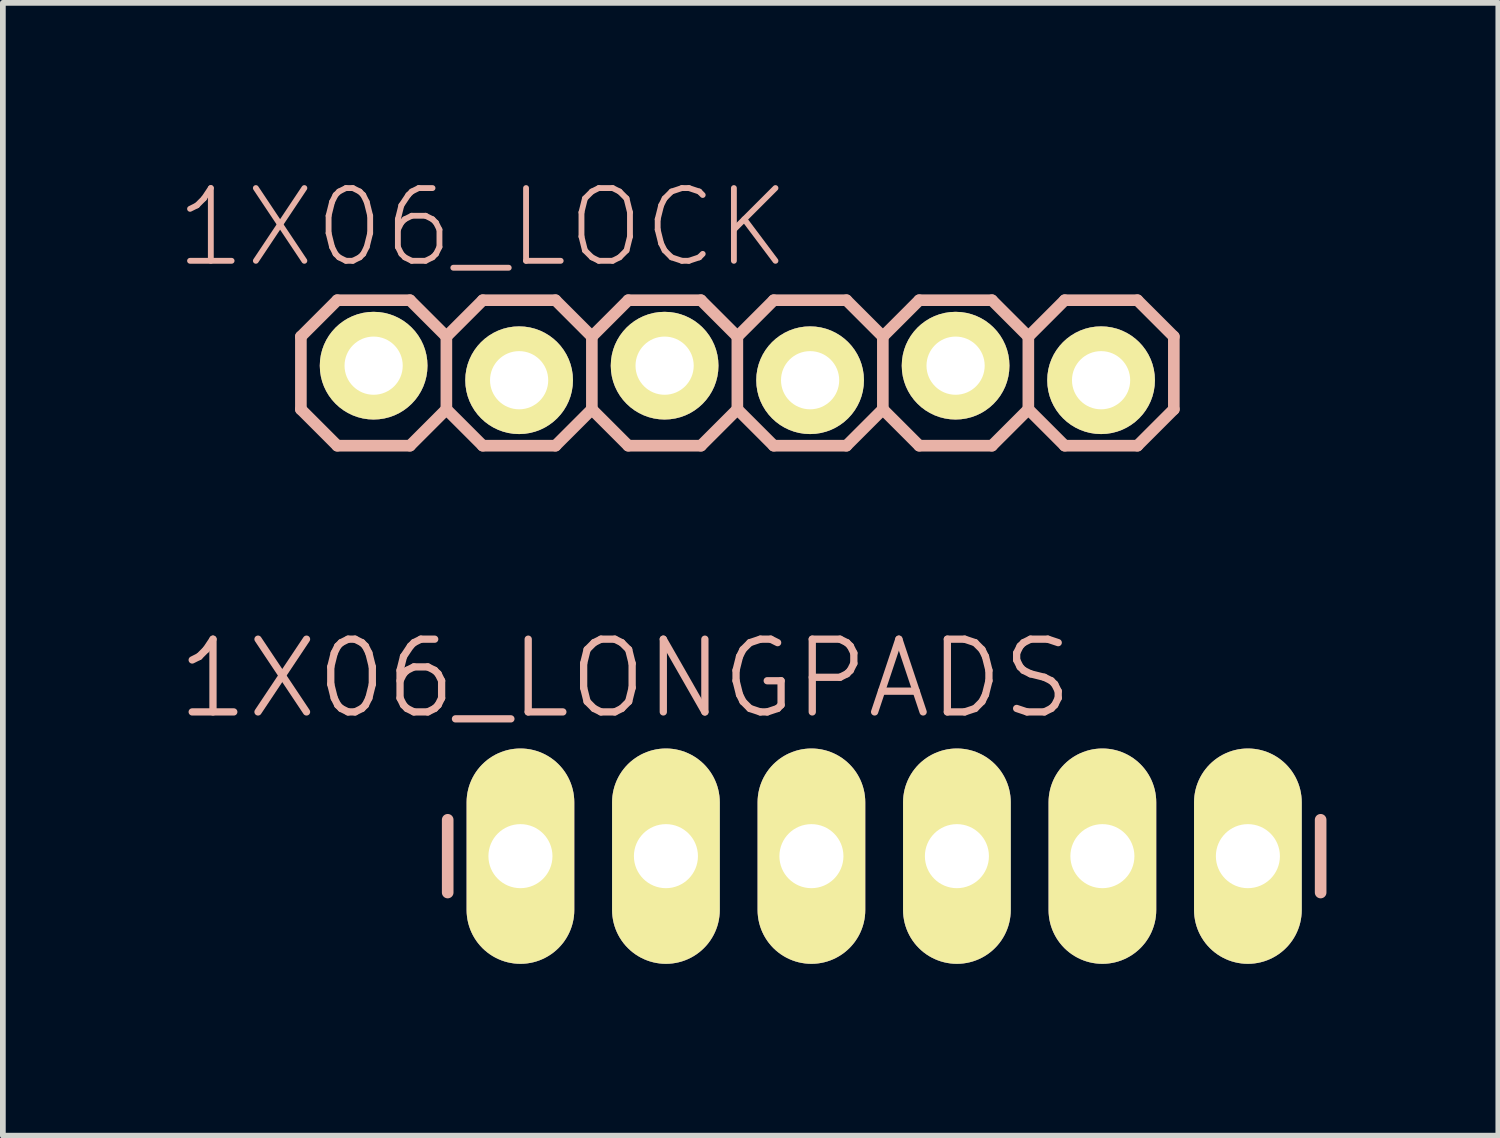
<source format=kicad_pcb>
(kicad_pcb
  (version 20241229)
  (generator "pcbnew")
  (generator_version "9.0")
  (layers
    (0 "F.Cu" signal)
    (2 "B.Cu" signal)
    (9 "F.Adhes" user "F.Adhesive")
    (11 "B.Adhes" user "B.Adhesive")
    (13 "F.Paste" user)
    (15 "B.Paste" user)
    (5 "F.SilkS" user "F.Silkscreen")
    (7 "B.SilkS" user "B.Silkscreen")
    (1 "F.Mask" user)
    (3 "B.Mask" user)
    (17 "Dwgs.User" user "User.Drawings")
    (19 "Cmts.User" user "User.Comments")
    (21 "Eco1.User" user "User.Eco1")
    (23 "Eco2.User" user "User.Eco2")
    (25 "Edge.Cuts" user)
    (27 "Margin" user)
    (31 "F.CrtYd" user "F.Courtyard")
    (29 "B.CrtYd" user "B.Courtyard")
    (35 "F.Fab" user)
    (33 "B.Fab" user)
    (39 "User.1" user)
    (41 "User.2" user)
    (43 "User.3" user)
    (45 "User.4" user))
  (footprint "1X06_LONGPADS"
    (layer "F.Cu")
    (at 6.036 11.897)
    (property "Reference" "1X06_LONGPADS" (at 1.829 -3.099 0) (layer "B.SilkS") (effects (font (size 1.27 1.27) (thickness 0.127))))
    (attr exclude_from_pos_files exclude_from_bom)
    (fp_line (start -0.254 -0.254) (end 0.254 -0.254) (stroke (width 0.066) (type solid)) (layer "F.SilkS"))
    (fp_line (start -0.254 0.254) (end -0.254 -0.254) (stroke (width 0.066) (type solid)) (layer "F.SilkS"))
    (fp_line (start -0.254 0.254) (end 0.254 0.254) (stroke (width 0.066) (type solid)) (layer "F.SilkS"))
    (fp_line (start 0.254 0.254) (end 0.254 -0.254) (stroke (width 0.066) (type solid)) (layer "F.SilkS"))
    (fp_line (start 2.286 -0.254) (end 2.794 -0.254) (stroke (width 0.066) (type solid)) (layer "F.SilkS"))
    (fp_line (start 2.286 0.254) (end 2.286 -0.254) (stroke (width 0.066) (type solid)) (layer "F.SilkS"))
    (fp_line (start 2.286 0.254) (end 2.794 0.254) (stroke (width 0.066) (type solid)) (layer "F.SilkS"))
    (fp_line (start 2.794 0.254) (end 2.794 -0.254) (stroke (width 0.066) (type solid)) (layer "F.SilkS"))
    (fp_line (start 4.826 -0.254) (end 5.334 -0.254) (stroke (width 0.066) (type solid)) (layer "F.SilkS"))
    (fp_line (start 4.826 0.254) (end 4.826 -0.254) (stroke (width 0.066) (type solid)) (layer "F.SilkS"))
    (fp_line (start 4.826 0.254) (end 5.334 0.254) (stroke (width 0.066) (type solid)) (layer "F.SilkS"))
    (fp_line (start 5.334 0.254) (end 5.334 -0.254) (stroke (width 0.066) (type solid)) (layer "F.SilkS"))
    (fp_line (start 7.366 -0.254) (end 7.874 -0.254) (stroke (width 0.066) (type solid)) (layer "F.SilkS"))
    (fp_line (start 7.366 0.254) (end 7.366 -0.254) (stroke (width 0.066) (type solid)) (layer "F.SilkS"))
    (fp_line (start 7.366 0.254) (end 7.874 0.254) (stroke (width 0.066) (type solid)) (layer "F.SilkS"))
    (fp_line (start 7.874 0.254) (end 7.874 -0.254) (stroke (width 0.066) (type solid)) (layer "F.SilkS"))
    (fp_line (start 9.906 -0.254) (end 10.414 -0.254) (stroke (width 0.066) (type solid)) (layer "F.SilkS"))
    (fp_line (start 9.906 0.254) (end 9.906 -0.254) (stroke (width 0.066) (type solid)) (layer "F.SilkS"))
    (fp_line (start 9.906 0.254) (end 10.414 0.254) (stroke (width 0.066) (type solid)) (layer "F.SilkS"))
    (fp_line (start 10.414 0.254) (end 10.414 -0.254) (stroke (width 0.066) (type solid)) (layer "F.SilkS"))
    (fp_line (start 12.446 -0.254) (end 12.954 -0.254) (stroke (width 0.066) (type solid)) (layer "F.SilkS"))
    (fp_line (start 12.446 0.254) (end 12.446 -0.254) (stroke (width 0.066) (type solid)) (layer "F.SilkS"))
    (fp_line (start 12.446 0.254) (end 12.954 0.254) (stroke (width 0.066) (type solid)) (layer "F.SilkS"))
    (fp_line (start 12.954 0.254) (end 12.954 -0.254) (stroke (width 0.066) (type solid)) (layer "F.SilkS"))
    (fp_line (start -1.27 -0.635) (end -1.27 0.635) (stroke (width 0.203) (type solid)) (layer "B.SilkS"))
    (fp_line (start 13.97 -0.635) (end 13.97 0.635) (stroke (width 0.203) (type solid)) (layer "B.SilkS"))
    (pad "1" thru_hole oval (at 0 0 180) (size 1.88 3.759) (drill 1.118) (layers "*.Cu" "F.Mask" "F.SilkS" "F.Paste"))
    (pad "2" thru_hole oval (at 2.54 0 180) (size 1.88 3.759) (drill 1.118) (layers "*.Cu" "F.Mask" "F.SilkS" "F.Paste"))
    (pad "3" thru_hole oval (at 5.08 0 180) (size 1.88 3.759) (drill 1.118) (layers "*.Cu" "F.Mask" "F.SilkS" "F.Paste"))
    (pad "4" thru_hole oval (at 7.62 0 180) (size 1.88 3.759) (drill 1.118) (layers "*.Cu" "F.Mask" "F.SilkS" "F.Paste"))
    (pad "5" thru_hole oval (at 10.16 0 180) (size 1.88 3.759) (drill 1.118) (layers "*.Cu" "F.Mask" "F.SilkS" "F.Paste"))
    (pad "6" thru_hole oval (at 12.7 0 180) (size 1.88 3.759) (drill 1.118) (layers "*.Cu" "F.Mask" "F.SilkS" "F.Paste")))
  (footprint "1X06_LOCK"
    (layer "F.Cu")
    (at 3.473 3.334)
    (property "Reference" "1X06_LOCK" (at 1.905 -2.413 0) (layer "B.SilkS") (effects (font (size 1.27 1.27) (thickness 0.102))))
    (attr exclude_from_pos_files exclude_from_bom)
    (fp_line (start -0.292 -0.165) (end 0.292 -0.165) (stroke (width 0.066) (type solid)) (layer "F.SilkS"))
    (fp_line (start -0.292 0.419) (end -0.292 -0.165) (stroke (width 0.066) (type solid)) (layer "F.SilkS"))
    (fp_line (start -0.292 0.419) (end 0.292 0.419) (stroke (width 0.066) (type solid)) (layer "F.SilkS"))
    (fp_line (start 0.292 0.419) (end 0.292 -0.165) (stroke (width 0.066) (type solid)) (layer "F.SilkS"))
    (fp_line (start 2.248 -0.165) (end 2.832 -0.165) (stroke (width 0.066) (type solid)) (layer "F.SilkS"))
    (fp_line (start 2.248 0.419) (end 2.248 -0.165) (stroke (width 0.066) (type solid)) (layer "F.SilkS"))
    (fp_line (start 2.248 0.419) (end 2.832 0.419) (stroke (width 0.066) (type solid)) (layer "F.SilkS"))
    (fp_line (start 2.832 0.419) (end 2.832 -0.165) (stroke (width 0.066) (type solid)) (layer "F.SilkS"))
    (fp_line (start 4.788 -0.165) (end 5.372 -0.165) (stroke (width 0.066) (type solid)) (layer "F.SilkS"))
    (fp_line (start 4.788 0.419) (end 4.788 -0.165) (stroke (width 0.066) (type solid)) (layer "F.SilkS"))
    (fp_line (start 4.788 0.419) (end 5.372 0.419) (stroke (width 0.066) (type solid)) (layer "F.SilkS"))
    (fp_line (start 5.372 0.419) (end 5.372 -0.165) (stroke (width 0.066) (type solid)) (layer "F.SilkS"))
    (fp_line (start 7.328 -0.165) (end 7.912 -0.165) (stroke (width 0.066) (type solid)) (layer "F.SilkS"))
    (fp_line (start 7.328 0.419) (end 7.328 -0.165) (stroke (width 0.066) (type solid)) (layer "F.SilkS"))
    (fp_line (start 7.328 0.419) (end 7.912 0.419) (stroke (width 0.066) (type solid)) (layer "F.SilkS"))
    (fp_line (start 7.912 0.419) (end 7.912 -0.165) (stroke (width 0.066) (type solid)) (layer "F.SilkS"))
    (fp_line (start 9.868 -0.165) (end 10.452 -0.165) (stroke (width 0.066) (type solid)) (layer "F.SilkS"))
    (fp_line (start 9.868 0.419) (end 9.868 -0.165) (stroke (width 0.066) (type solid)) (layer "F.SilkS"))
    (fp_line (start 9.868 0.419) (end 10.452 0.419) (stroke (width 0.066) (type solid)) (layer "F.SilkS"))
    (fp_line (start 10.452 0.419) (end 10.452 -0.165) (stroke (width 0.066) (type solid)) (layer "F.SilkS"))
    (fp_line (start 12.408 -0.165) (end 12.992 -0.165) (stroke (width 0.066) (type solid)) (layer "F.SilkS"))
    (fp_line (start 12.408 0.419) (end 12.408 -0.165) (stroke (width 0.066) (type solid)) (layer "F.SilkS"))
    (fp_line (start 12.408 0.419) (end 12.992 0.419) (stroke (width 0.066) (type solid)) (layer "F.SilkS"))
    (fp_line (start 12.992 0.419) (end 12.992 -0.165) (stroke (width 0.066) (type solid)) (layer "F.SilkS"))
    (fp_line (start -1.27 -0.508) (end -0.635 -1.143) (stroke (width 0.203) (type solid)) (layer "B.SilkS"))
    (fp_line (start -1.27 0.762) (end -1.27 -0.508) (stroke (width 0.203) (type solid)) (layer "B.SilkS"))
    (fp_line (start -0.635 -1.143) (end 0.635 -1.143) (stroke (width 0.203) (type solid)) (layer "B.SilkS"))
    (fp_line (start -0.635 1.397) (end -1.27 0.762) (stroke (width 0.203) (type solid)) (layer "B.SilkS"))
    (fp_line (start 0.635 -1.143) (end 1.27 -0.508) (stroke (width 0.203) (type solid)) (layer "B.SilkS"))
    (fp_line (start 0.635 1.397) (end -0.635 1.397) (stroke (width 0.203) (type solid)) (layer "B.SilkS"))
    (fp_line (start 1.27 -0.508) (end 1.27 0.762) (stroke (width 0.203) (type solid)) (layer "B.SilkS"))
    (fp_line (start 1.27 -0.508) (end 1.905 -1.143) (stroke (width 0.203) (type solid)) (layer "B.SilkS"))
    (fp_line (start 1.27 0.762) (end 0.635 1.397) (stroke (width 0.203) (type solid)) (layer "B.SilkS"))
    (fp_line (start 1.905 -1.143) (end 3.175 -1.143) (stroke (width 0.203) (type solid)) (layer "B.SilkS"))
    (fp_line (start 1.905 1.397) (end 1.27 0.762) (stroke (width 0.203) (type solid)) (layer "B.SilkS"))
    (fp_line (start 3.175 -1.143) (end 3.81 -0.508) (stroke (width 0.203) (type solid)) (layer "B.SilkS"))
    (fp_line (start 3.175 1.397) (end 1.905 1.397) (stroke (width 0.203) (type solid)) (layer "B.SilkS"))
    (fp_line (start 3.81 -0.508) (end 3.81 0.762) (stroke (width 0.203) (type solid)) (layer "B.SilkS"))
    (fp_line (start 3.81 -0.508) (end 4.445 -1.143) (stroke (width 0.203) (type solid)) (layer "B.SilkS"))
    (fp_line (start 3.81 0.762) (end 3.175 1.397) (stroke (width 0.203) (type solid)) (layer "B.SilkS"))
    (fp_line (start 4.445 -1.143) (end 5.715 -1.143) (stroke (width 0.203) (type solid)) (layer "B.SilkS"))
    (fp_line (start 4.445 1.397) (end 3.81 0.762) (stroke (width 0.203) (type solid)) (layer "B.SilkS"))
    (fp_line (start 5.715 -1.143) (end 6.35 -0.508) (stroke (width 0.203) (type solid)) (layer "B.SilkS"))
    (fp_line (start 5.715 1.397) (end 4.445 1.397) (stroke (width 0.203) (type solid)) (layer "B.SilkS"))
    (fp_line (start 6.35 -0.508) (end 6.35 0.762) (stroke (width 0.203) (type solid)) (layer "B.SilkS"))
    (fp_line (start 6.35 -0.508) (end 6.985 -1.143) (stroke (width 0.203) (type solid)) (layer "B.SilkS"))
    (fp_line (start 6.35 0.762) (end 5.715 1.397) (stroke (width 0.203) (type solid)) (layer "B.SilkS"))
    (fp_line (start 6.985 -1.143) (end 8.255 -1.143) (stroke (width 0.203) (type solid)) (layer "B.SilkS"))
    (fp_line (start 6.985 1.397) (end 6.35 0.762) (stroke (width 0.203) (type solid)) (layer "B.SilkS"))
    (fp_line (start 8.255 -1.143) (end 8.89 -0.508) (stroke (width 0.203) (type solid)) (layer "B.SilkS"))
    (fp_line (start 8.255 1.397) (end 6.985 1.397) (stroke (width 0.203) (type solid)) (layer "B.SilkS"))
    (fp_line (start 8.89 -0.508) (end 8.89 0.762) (stroke (width 0.203) (type solid)) (layer "B.SilkS"))
    (fp_line (start 8.89 -0.508) (end 9.525 -1.143) (stroke (width 0.203) (type solid)) (layer "B.SilkS"))
    (fp_line (start 8.89 0.762) (end 8.255 1.397) (stroke (width 0.203) (type solid)) (layer "B.SilkS"))
    (fp_line (start 9.525 -1.143) (end 10.795 -1.143) (stroke (width 0.203) (type solid)) (layer "B.SilkS"))
    (fp_line (start 9.525 1.397) (end 8.89 0.762) (stroke (width 0.203) (type solid)) (layer "B.SilkS"))
    (fp_line (start 10.795 -1.143) (end 11.43 -0.508) (stroke (width 0.203) (type solid)) (layer "B.SilkS"))
    (fp_line (start 10.795 1.397) (end 9.525 1.397) (stroke (width 0.203) (type solid)) (layer "B.SilkS"))
    (fp_line (start 11.43 -0.508) (end 11.43 0.762) (stroke (width 0.203) (type solid)) (layer "B.SilkS"))
    (fp_line (start 11.43 -0.508) (end 12.065 -1.143) (stroke (width 0.203) (type solid)) (layer "B.SilkS"))
    (fp_line (start 11.43 0.762) (end 10.795 1.397) (stroke (width 0.203) (type solid)) (layer "B.SilkS"))
    (fp_line (start 12.065 -1.143) (end 13.335 -1.143) (stroke (width 0.203) (type solid)) (layer "B.SilkS"))
    (fp_line (start 12.065 1.397) (end 11.43 0.762) (stroke (width 0.203) (type solid)) (layer "B.SilkS"))
    (fp_line (start 13.335 -1.143) (end 13.97 -0.508) (stroke (width 0.203) (type solid)) (layer "B.SilkS"))
    (fp_line (start 13.335 1.397) (end 12.065 1.397) (stroke (width 0.203) (type solid)) (layer "B.SilkS"))
    (fp_line (start 13.97 -0.508) (end 13.97 0.762) (stroke (width 0.203) (type solid)) (layer "B.SilkS"))
    (fp_line (start 13.97 0.762) (end 13.335 1.397) (stroke (width 0.203) (type solid)) (layer "B.SilkS"))
    (pad "1" thru_hole circle (at 0 0) (size 1.88 1.88) (drill 1.016) (layers "*.Cu" "F.Mask" "F.SilkS" "F.Paste"))
    (pad "2" thru_hole circle (at 2.54 0.254) (size 1.88 1.88) (drill 1.016) (layers "*.Cu" "F.Mask" "F.SilkS" "F.Paste"))
    (pad "3" thru_hole circle (at 5.08 0) (size 1.88 1.88) (drill 1.016) (layers "*.Cu" "F.Mask" "F.SilkS" "F.Paste"))
    (pad "4" thru_hole circle (at 7.62 0.254) (size 1.88 1.88) (drill 1.016) (layers "*.Cu" "F.Mask" "F.SilkS" "F.Paste"))
    (pad "5" thru_hole circle (at 10.16 0) (size 1.88 1.88) (drill 1.016) (layers "*.Cu" "F.Mask" "F.SilkS" "F.Paste"))
    (pad "6" thru_hole circle (at 12.7 0.254) (size 1.88 1.88) (drill 1.016) (layers "*.Cu" "F.Mask" "F.SilkS" "F.Paste")))
  (gr_rect
    (start -3 -3)
    (end 23.108 16.777)
    (stroke (width 0.1) (type default))
    (fill no)
    (layer "Edge.Cuts")))
</source>
